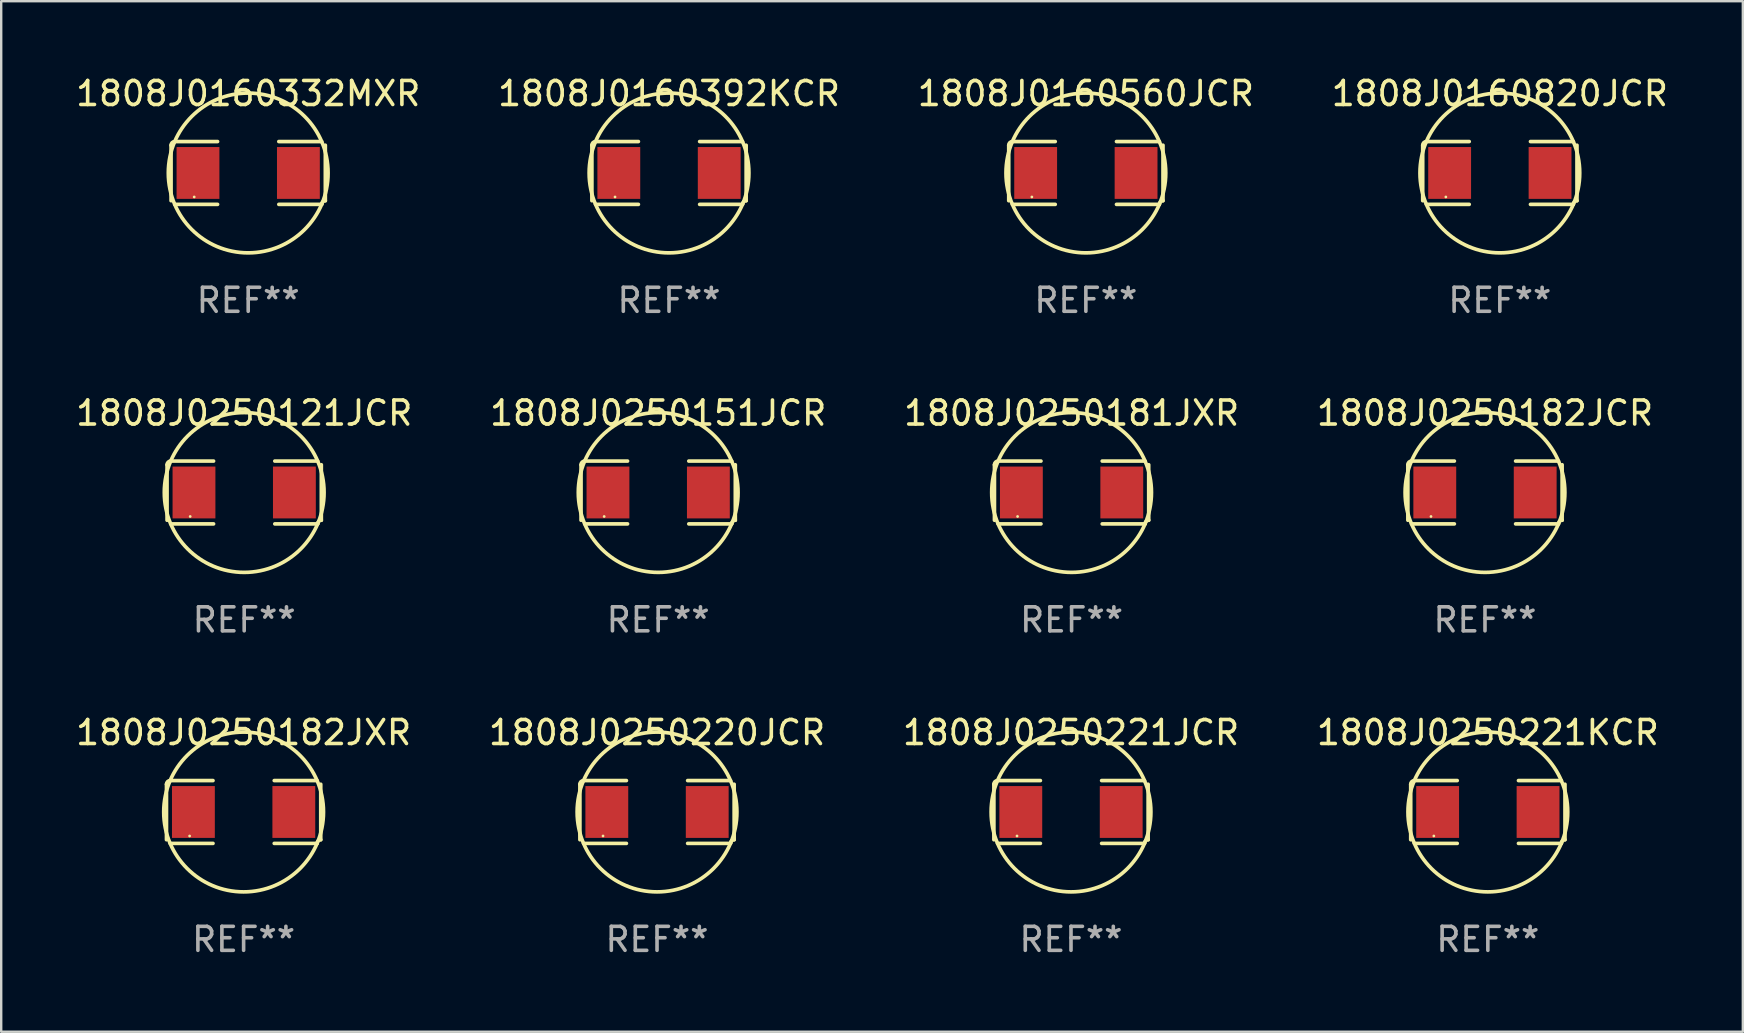
<source format=kicad_pcb>
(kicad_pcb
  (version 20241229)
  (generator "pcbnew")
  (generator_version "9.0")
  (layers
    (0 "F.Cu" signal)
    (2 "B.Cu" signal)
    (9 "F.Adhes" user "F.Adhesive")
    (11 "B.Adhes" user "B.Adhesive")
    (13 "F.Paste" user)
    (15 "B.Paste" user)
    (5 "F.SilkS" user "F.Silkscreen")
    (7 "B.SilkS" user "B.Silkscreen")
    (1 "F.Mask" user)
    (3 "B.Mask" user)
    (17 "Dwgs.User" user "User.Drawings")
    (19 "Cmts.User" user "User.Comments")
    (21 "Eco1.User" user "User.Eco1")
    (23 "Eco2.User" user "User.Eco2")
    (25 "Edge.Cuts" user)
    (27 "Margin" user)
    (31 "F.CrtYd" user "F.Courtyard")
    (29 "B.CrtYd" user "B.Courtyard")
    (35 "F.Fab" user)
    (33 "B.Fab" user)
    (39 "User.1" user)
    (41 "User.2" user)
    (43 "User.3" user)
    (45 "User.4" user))
  (footprint "1808J0250220JCR"
    (layer "F.Cu")
    (at 24.327 30.784)
    (property "Reference" "1808J0250220JCR" (at 0 -3.309 0) (layer "F.SilkS") (effects (font (size 1 1) (thickness 0.15))))
    (attr through_hole)
    (fp_line (start -3.214 -1.156) (end -3.214 1.156) (stroke (width 0.152) (type solid)) (layer "F.SilkS"))
    (fp_line (start -3.061 1.309) (end -1.276 1.309) (stroke (width 0.152) (type solid)) (layer "F.SilkS"))
    (fp_line (start -1.276 -1.309) (end -3.061 -1.309) (stroke (width 0.152) (type solid)) (layer "F.SilkS"))
    (fp_line (start 1.276 -1.309) (end 3.061 -1.309) (stroke (width 0.152) (type solid)) (layer "F.SilkS"))
    (fp_line (start 3.061 1.309) (end 1.276 1.309) (stroke (width 0.152) (type solid)) (layer "F.SilkS"))
    (fp_line (start 3.214 -1.156) (end 3.214 1.156) (stroke (width 0.152) (type solid)) (layer "F.SilkS"))
    (fp_arc (start -3.21359 -1.15621) (mid -3.168953 -1.263974) (end -3.061189 -1.308611) (stroke (width 0.1524) (type solid)) (layer "F.SilkS"))
    (fp_arc (start 3.061188 1.308611) (mid 3.105825 1.200847) (end 3.213589 1.15621) (stroke (width 0.1524) (type solid)) (layer "F.SilkS"))
    (fp_arc (start 3.061189 -1.308611) (mid -3.061167 1.308589) (end 3.061189 -1.308611) (stroke (width 0.1524) (type solid)) (layer "F.SilkS"))
    (fp_circle (center -2.25 1) (end -2.22 1) (stroke (width 0.06) (type solid)) (fill no) (layer "F.SilkS"))
    (fp_text user "REF**" (at 0 5.309 0) (layer "F.Fab") (effects (font (size 1 1) (thickness 0.15))))
    (pad "1" smd rect (at -2.092 0) (size 1.785 2.16) (layers "F.Cu" "F.Mask" "F.Paste"))
    (pad "2" smd rect (at 2.092 0) (size 1.785 2.16) (layers "F.Cu" "F.Mask" "F.Paste")))
  (footprint "1808J0160392KCR"
    (layer "F.Cu")
    (at 24.827 4.157)
    (property "Reference" "1808J0160392KCR" (at 0 -3.309 0) (layer "F.SilkS") (effects (font (size 1 1) (thickness 0.15))))
    (attr through_hole)
    (fp_line (start -3.214 -1.156) (end -3.214 1.156) (stroke (width 0.152) (type solid)) (layer "F.SilkS"))
    (fp_line (start -3.061 1.309) (end -1.276 1.309) (stroke (width 0.152) (type solid)) (layer "F.SilkS"))
    (fp_line (start -1.276 -1.309) (end -3.061 -1.309) (stroke (width 0.152) (type solid)) (layer "F.SilkS"))
    (fp_line (start 1.276 -1.309) (end 3.061 -1.309) (stroke (width 0.152) (type solid)) (layer "F.SilkS"))
    (fp_line (start 3.061 1.309) (end 1.276 1.309) (stroke (width 0.152) (type solid)) (layer "F.SilkS"))
    (fp_line (start 3.214 -1.156) (end 3.214 1.156) (stroke (width 0.152) (type solid)) (layer "F.SilkS"))
    (fp_arc (start -3.21359 -1.15621) (mid -3.168953 -1.263974) (end -3.061189 -1.308611) (stroke (width 0.1524) (type solid)) (layer "F.SilkS"))
    (fp_arc (start 3.061188 1.308611) (mid 3.105825 1.200847) (end 3.213589 1.15621) (stroke (width 0.1524) (type solid)) (layer "F.SilkS"))
    (fp_arc (start 3.061189 -1.308611) (mid -3.061167 1.308589) (end 3.061189 -1.308611) (stroke (width 0.1524) (type solid)) (layer "F.SilkS"))
    (fp_circle (center -2.25 1) (end -2.22 1) (stroke (width 0.06) (type solid)) (fill no) (layer "F.SilkS"))
    (fp_text user "REF**" (at 0 5.309 0) (layer "F.Fab") (effects (font (size 1 1) (thickness 0.15))))
    (pad "1" smd rect (at -2.092 0) (size 1.785 2.16) (layers "F.Cu" "F.Mask" "F.Paste"))
    (pad "2" smd rect (at 2.092 0) (size 1.785 2.16) (layers "F.Cu" "F.Mask" "F.Paste")))
  (footprint "1808J0250151JCR"
    (layer "F.Cu")
    (at 24.375 17.471)
    (property "Reference" "1808J0250151JCR" (at 0 -3.309 0) (layer "F.SilkS") (effects (font (size 1 1) (thickness 0.15))))
    (attr through_hole)
    (fp_line (start -3.214 -1.156) (end -3.214 1.156) (stroke (width 0.152) (type solid)) (layer "F.SilkS"))
    (fp_line (start -3.061 1.309) (end -1.276 1.309) (stroke (width 0.152) (type solid)) (layer "F.SilkS"))
    (fp_line (start -1.276 -1.309) (end -3.061 -1.309) (stroke (width 0.152) (type solid)) (layer "F.SilkS"))
    (fp_line (start 1.276 -1.309) (end 3.061 -1.309) (stroke (width 0.152) (type solid)) (layer "F.SilkS"))
    (fp_line (start 3.061 1.309) (end 1.276 1.309) (stroke (width 0.152) (type solid)) (layer "F.SilkS"))
    (fp_line (start 3.214 -1.156) (end 3.214 1.156) (stroke (width 0.152) (type solid)) (layer "F.SilkS"))
    (fp_arc (start -3.21359 -1.15621) (mid -3.168953 -1.263974) (end -3.061189 -1.308611) (stroke (width 0.1524) (type solid)) (layer "F.SilkS"))
    (fp_arc (start 3.061188 1.308611) (mid 3.105825 1.200847) (end 3.213589 1.15621) (stroke (width 0.1524) (type solid)) (layer "F.SilkS"))
    (fp_arc (start 3.061189 -1.308611) (mid -3.061167 1.308589) (end 3.061189 -1.308611) (stroke (width 0.1524) (type solid)) (layer "F.SilkS"))
    (fp_circle (center -2.25 1) (end -2.22 1) (stroke (width 0.06) (type solid)) (fill no) (layer "F.SilkS"))
    (fp_text user "REF**" (at 0 5.309 0) (layer "F.Fab") (effects (font (size 1 1) (thickness 0.15))))
    (pad "1" smd rect (at -2.092 0) (size 1.785 2.16) (layers "F.Cu" "F.Mask" "F.Paste"))
    (pad "2" smd rect (at 2.092 0) (size 1.785 2.16) (layers "F.Cu" "F.Mask" "F.Paste")))
  (footprint "1808J0250181JXR"
    (layer "F.Cu")
    (at 41.601 17.471)
    (property "Reference" "1808J0250181JXR" (at 0 -3.309 0) (layer "F.SilkS") (effects (font (size 1 1) (thickness 0.15))))
    (attr through_hole)
    (fp_line (start -3.214 -1.156) (end -3.214 1.156) (stroke (width 0.152) (type solid)) (layer "F.SilkS"))
    (fp_line (start -3.061 1.309) (end -1.276 1.309) (stroke (width 0.152) (type solid)) (layer "F.SilkS"))
    (fp_line (start -1.276 -1.309) (end -3.061 -1.309) (stroke (width 0.152) (type solid)) (layer "F.SilkS"))
    (fp_line (start 1.276 -1.309) (end 3.061 -1.309) (stroke (width 0.152) (type solid)) (layer "F.SilkS"))
    (fp_line (start 3.061 1.309) (end 1.276 1.309) (stroke (width 0.152) (type solid)) (layer "F.SilkS"))
    (fp_line (start 3.214 -1.156) (end 3.214 1.156) (stroke (width 0.152) (type solid)) (layer "F.SilkS"))
    (fp_arc (start -3.21359 -1.15621) (mid -3.168953 -1.263974) (end -3.061189 -1.308611) (stroke (width 0.1524) (type solid)) (layer "F.SilkS"))
    (fp_arc (start 3.061188 1.308611) (mid 3.105825 1.200847) (end 3.213589 1.15621) (stroke (width 0.1524) (type solid)) (layer "F.SilkS"))
    (fp_arc (start 3.061189 -1.308611) (mid -3.061167 1.308589) (end 3.061189 -1.308611) (stroke (width 0.1524) (type solid)) (layer "F.SilkS"))
    (fp_circle (center -2.25 1) (end -2.22 1) (stroke (width 0.06) (type solid)) (fill no) (layer "F.SilkS"))
    (fp_text user "REF**" (at 0 5.309 0) (layer "F.Fab") (effects (font (size 1 1) (thickness 0.15))))
    (pad "1" smd rect (at -2.092 0) (size 1.785 2.16) (layers "F.Cu" "F.Mask" "F.Paste"))
    (pad "2" smd rect (at 2.092 0) (size 1.785 2.16) (layers "F.Cu" "F.Mask" "F.Paste")))
  (footprint "1808J0160332MXR"
    (layer "F.Cu")
    (at 7.292 4.157)
    (property "Reference" "1808J0160332MXR" (at 0 -3.309 0) (layer "F.SilkS") (effects (font (size 1 1) (thickness 0.15))))
    (attr through_hole)
    (fp_line (start -3.214 -1.156) (end -3.214 1.156) (stroke (width 0.152) (type solid)) (layer "F.SilkS"))
    (fp_line (start -3.061 1.309) (end -1.276 1.309) (stroke (width 0.152) (type solid)) (layer "F.SilkS"))
    (fp_line (start -1.276 -1.309) (end -3.061 -1.309) (stroke (width 0.152) (type solid)) (layer "F.SilkS"))
    (fp_line (start 1.276 -1.309) (end 3.061 -1.309) (stroke (width 0.152) (type solid)) (layer "F.SilkS"))
    (fp_line (start 3.061 1.309) (end 1.276 1.309) (stroke (width 0.152) (type solid)) (layer "F.SilkS"))
    (fp_line (start 3.214 -1.156) (end 3.214 1.156) (stroke (width 0.152) (type solid)) (layer "F.SilkS"))
    (fp_arc (start -3.21359 -1.15621) (mid -3.168953 -1.263974) (end -3.061189 -1.308611) (stroke (width 0.1524) (type solid)) (layer "F.SilkS"))
    (fp_arc (start 3.061188 1.308611) (mid 3.105825 1.200847) (end 3.213589 1.15621) (stroke (width 0.1524) (type solid)) (layer "F.SilkS"))
    (fp_arc (start 3.061189 -1.308611) (mid -3.061167 1.308589) (end 3.061189 -1.308611) (stroke (width 0.1524) (type solid)) (layer "F.SilkS"))
    (fp_circle (center -2.25 1) (end -2.22 1) (stroke (width 0.06) (type solid)) (fill no) (layer "F.SilkS"))
    (fp_text user "REF**" (at 0 5.309 0) (layer "F.Fab") (effects (font (size 1 1) (thickness 0.15))))
    (pad "1" smd rect (at -2.092 0) (size 1.785 2.16) (layers "F.Cu" "F.Mask" "F.Paste"))
    (pad "2" smd rect (at 2.092 0) (size 1.785 2.16) (layers "F.Cu" "F.Mask" "F.Paste")))
  (footprint "1808J0160560JCR"
    (layer "F.Cu")
    (at 42.196 4.157)
    (property "Reference" "1808J0160560JCR" (at 0 -3.309 0) (layer "F.SilkS") (effects (font (size 1 1) (thickness 0.15))))
    (attr through_hole)
    (fp_line (start -3.214 -1.156) (end -3.214 1.156) (stroke (width 0.152) (type solid)) (layer "F.SilkS"))
    (fp_line (start -3.061 1.309) (end -1.276 1.309) (stroke (width 0.152) (type solid)) (layer "F.SilkS"))
    (fp_line (start -1.276 -1.309) (end -3.061 -1.309) (stroke (width 0.152) (type solid)) (layer "F.SilkS"))
    (fp_line (start 1.276 -1.309) (end 3.061 -1.309) (stroke (width 0.152) (type solid)) (layer "F.SilkS"))
    (fp_line (start 3.061 1.309) (end 1.276 1.309) (stroke (width 0.152) (type solid)) (layer "F.SilkS"))
    (fp_line (start 3.214 -1.156) (end 3.214 1.156) (stroke (width 0.152) (type solid)) (layer "F.SilkS"))
    (fp_arc (start -3.21359 -1.15621) (mid -3.168953 -1.263974) (end -3.061189 -1.308611) (stroke (width 0.1524) (type solid)) (layer "F.SilkS"))
    (fp_arc (start 3.061188 1.308611) (mid 3.105825 1.200847) (end 3.213589 1.15621) (stroke (width 0.1524) (type solid)) (layer "F.SilkS"))
    (fp_arc (start 3.061189 -1.308611) (mid -3.061167 1.308589) (end 3.061189 -1.308611) (stroke (width 0.1524) (type solid)) (layer "F.SilkS"))
    (fp_circle (center -2.25 1) (end -2.22 1) (stroke (width 0.06) (type solid)) (fill no) (layer "F.SilkS"))
    (fp_text user "REF**" (at 0 5.309 0) (layer "F.Fab") (effects (font (size 1 1) (thickness 0.15))))
    (pad "1" smd rect (at -2.092 0) (size 1.785 2.16) (layers "F.Cu" "F.Mask" "F.Paste"))
    (pad "2" smd rect (at 2.092 0) (size 1.785 2.16) (layers "F.Cu" "F.Mask" "F.Paste")))
  (footprint "1808J0250221KCR"
    (layer "F.Cu")
    (at 58.946 30.784)
    (property "Reference" "1808J0250221KCR" (at 0 -3.309 0) (layer "F.SilkS") (effects (font (size 1 1) (thickness 0.15))))
    (attr through_hole)
    (fp_line (start -3.214 -1.156) (end -3.214 1.156) (stroke (width 0.152) (type solid)) (layer "F.SilkS"))
    (fp_line (start -3.061 1.309) (end -1.276 1.309) (stroke (width 0.152) (type solid)) (layer "F.SilkS"))
    (fp_line (start -1.276 -1.309) (end -3.061 -1.309) (stroke (width 0.152) (type solid)) (layer "F.SilkS"))
    (fp_line (start 1.276 -1.309) (end 3.061 -1.309) (stroke (width 0.152) (type solid)) (layer "F.SilkS"))
    (fp_line (start 3.061 1.309) (end 1.276 1.309) (stroke (width 0.152) (type solid)) (layer "F.SilkS"))
    (fp_line (start 3.214 -1.156) (end 3.214 1.156) (stroke (width 0.152) (type solid)) (layer "F.SilkS"))
    (fp_arc (start -3.21359 -1.15621) (mid -3.168953 -1.263974) (end -3.061189 -1.308611) (stroke (width 0.1524) (type solid)) (layer "F.SilkS"))
    (fp_arc (start 3.061188 1.308611) (mid 3.105825 1.200847) (end 3.213589 1.15621) (stroke (width 0.1524) (type solid)) (layer "F.SilkS"))
    (fp_arc (start 3.061189 -1.308611) (mid -3.061167 1.308589) (end 3.061189 -1.308611) (stroke (width 0.1524) (type solid)) (layer "F.SilkS"))
    (fp_circle (center -2.25 1) (end -2.22 1) (stroke (width 0.06) (type solid)) (fill no) (layer "F.SilkS"))
    (fp_text user "REF**" (at 0 5.309 0) (layer "F.Fab") (effects (font (size 1 1) (thickness 0.15))))
    (pad "1" smd rect (at -2.092 0) (size 1.785 2.16) (layers "F.Cu" "F.Mask" "F.Paste"))
    (pad "2" smd rect (at 2.092 0) (size 1.785 2.16) (layers "F.Cu" "F.Mask" "F.Paste")))
  (footprint "1808J0250221JCR"
    (layer "F.Cu")
    (at 41.577 30.784)
    (property "Reference" "1808J0250221JCR" (at 0 -3.309 0) (layer "F.SilkS") (effects (font (size 1 1) (thickness 0.15))))
    (attr through_hole)
    (fp_line (start -3.214 -1.156) (end -3.214 1.156) (stroke (width 0.152) (type solid)) (layer "F.SilkS"))
    (fp_line (start -3.061 1.309) (end -1.276 1.309) (stroke (width 0.152) (type solid)) (layer "F.SilkS"))
    (fp_line (start -1.276 -1.309) (end -3.061 -1.309) (stroke (width 0.152) (type solid)) (layer "F.SilkS"))
    (fp_line (start 1.276 -1.309) (end 3.061 -1.309) (stroke (width 0.152) (type solid)) (layer "F.SilkS"))
    (fp_line (start 3.061 1.309) (end 1.276 1.309) (stroke (width 0.152) (type solid)) (layer "F.SilkS"))
    (fp_line (start 3.214 -1.156) (end 3.214 1.156) (stroke (width 0.152) (type solid)) (layer "F.SilkS"))
    (fp_arc (start -3.21359 -1.15621) (mid -3.168953 -1.263974) (end -3.061189 -1.308611) (stroke (width 0.1524) (type solid)) (layer "F.SilkS"))
    (fp_arc (start 3.061188 1.308611) (mid 3.105825 1.200847) (end 3.213589 1.15621) (stroke (width 0.1524) (type solid)) (layer "F.SilkS"))
    (fp_arc (start 3.061189 -1.308611) (mid -3.061167 1.308589) (end 3.061189 -1.308611) (stroke (width 0.1524) (type solid)) (layer "F.SilkS"))
    (fp_circle (center -2.25 1) (end -2.22 1) (stroke (width 0.06) (type solid)) (fill no) (layer "F.SilkS"))
    (fp_text user "REF**" (at 0 5.309 0) (layer "F.Fab") (effects (font (size 1 1) (thickness 0.15))))
    (pad "1" smd rect (at -2.092 0) (size 1.785 2.16) (layers "F.Cu" "F.Mask" "F.Paste"))
    (pad "2" smd rect (at 2.092 0) (size 1.785 2.16) (layers "F.Cu" "F.Mask" "F.Paste")))
  (footprint "1808J0250182JXR"
    (layer "F.Cu")
    (at 7.101 30.784)
    (property "Reference" "1808J0250182JXR" (at 0 -3.309 0) (layer "F.SilkS") (effects (font (size 1 1) (thickness 0.15))))
    (attr through_hole)
    (fp_line (start -3.214 -1.156) (end -3.214 1.156) (stroke (width 0.152) (type solid)) (layer "F.SilkS"))
    (fp_line (start -3.061 1.309) (end -1.276 1.309) (stroke (width 0.152) (type solid)) (layer "F.SilkS"))
    (fp_line (start -1.276 -1.309) (end -3.061 -1.309) (stroke (width 0.152) (type solid)) (layer "F.SilkS"))
    (fp_line (start 1.276 -1.309) (end 3.061 -1.309) (stroke (width 0.152) (type solid)) (layer "F.SilkS"))
    (fp_line (start 3.061 1.309) (end 1.276 1.309) (stroke (width 0.152) (type solid)) (layer "F.SilkS"))
    (fp_line (start 3.214 -1.156) (end 3.214 1.156) (stroke (width 0.152) (type solid)) (layer "F.SilkS"))
    (fp_arc (start -3.21359 -1.15621) (mid -3.168953 -1.263974) (end -3.061189 -1.308611) (stroke (width 0.1524) (type solid)) (layer "F.SilkS"))
    (fp_arc (start 3.061188 1.308611) (mid 3.105825 1.200847) (end 3.213589 1.15621) (stroke (width 0.1524) (type solid)) (layer "F.SilkS"))
    (fp_arc (start 3.061189 -1.308611) (mid -3.061167 1.308589) (end 3.061189 -1.308611) (stroke (width 0.1524) (type solid)) (layer "F.SilkS"))
    (fp_circle (center -2.25 1) (end -2.22 1) (stroke (width 0.06) (type solid)) (fill no) (layer "F.SilkS"))
    (fp_text user "REF**" (at 0 5.309 0) (layer "F.Fab") (effects (font (size 1 1) (thickness 0.15))))
    (pad "1" smd rect (at -2.092 0) (size 1.785 2.16) (layers "F.Cu" "F.Mask" "F.Paste"))
    (pad "2" smd rect (at 2.092 0) (size 1.785 2.16) (layers "F.Cu" "F.Mask" "F.Paste")))
  (footprint "1808J0160820JCR"
    (layer "F.Cu")
    (at 59.446 4.157)
    (property "Reference" "1808J0160820JCR" (at 0 -3.309 0) (layer "F.SilkS") (effects (font (size 1 1) (thickness 0.15))))
    (attr through_hole)
    (fp_line (start -3.214 -1.156) (end -3.214 1.156) (stroke (width 0.152) (type solid)) (layer "F.SilkS"))
    (fp_line (start -3.061 1.309) (end -1.276 1.309) (stroke (width 0.152) (type solid)) (layer "F.SilkS"))
    (fp_line (start -1.276 -1.309) (end -3.061 -1.309) (stroke (width 0.152) (type solid)) (layer "F.SilkS"))
    (fp_line (start 1.276 -1.309) (end 3.061 -1.309) (stroke (width 0.152) (type solid)) (layer "F.SilkS"))
    (fp_line (start 3.061 1.309) (end 1.276 1.309) (stroke (width 0.152) (type solid)) (layer "F.SilkS"))
    (fp_line (start 3.214 -1.156) (end 3.214 1.156) (stroke (width 0.152) (type solid)) (layer "F.SilkS"))
    (fp_arc (start -3.21359 -1.15621) (mid -3.168953 -1.263974) (end -3.061189 -1.308611) (stroke (width 0.1524) (type solid)) (layer "F.SilkS"))
    (fp_arc (start 3.061188 1.308611) (mid 3.105825 1.200847) (end 3.213589 1.15621) (stroke (width 0.1524) (type solid)) (layer "F.SilkS"))
    (fp_arc (start 3.061189 -1.308611) (mid -3.061167 1.308589) (end 3.061189 -1.308611) (stroke (width 0.1524) (type solid)) (layer "F.SilkS"))
    (fp_circle (center -2.25 1) (end -2.22 1) (stroke (width 0.06) (type solid)) (fill no) (layer "F.SilkS"))
    (fp_text user "REF**" (at 0 5.309 0) (layer "F.Fab") (effects (font (size 1 1) (thickness 0.15))))
    (pad "1" smd rect (at -2.092 0) (size 1.785 2.16) (layers "F.Cu" "F.Mask" "F.Paste"))
    (pad "2" smd rect (at 2.092 0) (size 1.785 2.16) (layers "F.Cu" "F.Mask" "F.Paste")))
  (footprint "1808J0250182JCR"
    (layer "F.Cu")
    (at 58.827 17.471)
    (property "Reference" "1808J0250182JCR" (at 0 -3.309 0) (layer "F.SilkS") (effects (font (size 1 1) (thickness 0.15))))
    (attr through_hole)
    (fp_line (start -3.214 -1.156) (end -3.214 1.156) (stroke (width 0.152) (type solid)) (layer "F.SilkS"))
    (fp_line (start -3.061 1.309) (end -1.276 1.309) (stroke (width 0.152) (type solid)) (layer "F.SilkS"))
    (fp_line (start -1.276 -1.309) (end -3.061 -1.309) (stroke (width 0.152) (type solid)) (layer "F.SilkS"))
    (fp_line (start 1.276 -1.309) (end 3.061 -1.309) (stroke (width 0.152) (type solid)) (layer "F.SilkS"))
    (fp_line (start 3.061 1.309) (end 1.276 1.309) (stroke (width 0.152) (type solid)) (layer "F.SilkS"))
    (fp_line (start 3.214 -1.156) (end 3.214 1.156) (stroke (width 0.152) (type solid)) (layer "F.SilkS"))
    (fp_arc (start -3.21359 -1.15621) (mid -3.168953 -1.263974) (end -3.061189 -1.308611) (stroke (width 0.1524) (type solid)) (layer "F.SilkS"))
    (fp_arc (start 3.061188 1.308611) (mid 3.105825 1.200847) (end 3.213589 1.15621) (stroke (width 0.1524) (type solid)) (layer "F.SilkS"))
    (fp_arc (start 3.061189 -1.308611) (mid -3.061167 1.308589) (end 3.061189 -1.308611) (stroke (width 0.1524) (type solid)) (layer "F.SilkS"))
    (fp_circle (center -2.25 1) (end -2.22 1) (stroke (width 0.06) (type solid)) (fill no) (layer "F.SilkS"))
    (fp_text user "REF**" (at 0 5.309 0) (layer "F.Fab") (effects (font (size 1 1) (thickness 0.15))))
    (pad "1" smd rect (at -2.092 0) (size 1.785 2.16) (layers "F.Cu" "F.Mask" "F.Paste"))
    (pad "2" smd rect (at 2.092 0) (size 1.785 2.16) (layers "F.Cu" "F.Mask" "F.Paste")))
  (footprint "1808J0250121JCR"
    (layer "F.Cu")
    (at 7.125 17.471)
    (property "Reference" "1808J0250121JCR" (at 0 -3.309 0) (layer "F.SilkS") (effects (font (size 1 1) (thickness 0.15))))
    (attr through_hole)
    (fp_line (start -3.214 -1.156) (end -3.214 1.156) (stroke (width 0.152) (type solid)) (layer "F.SilkS"))
    (fp_line (start -3.061 1.309) (end -1.276 1.309) (stroke (width 0.152) (type solid)) (layer "F.SilkS"))
    (fp_line (start -1.276 -1.309) (end -3.061 -1.309) (stroke (width 0.152) (type solid)) (layer "F.SilkS"))
    (fp_line (start 1.276 -1.309) (end 3.061 -1.309) (stroke (width 0.152) (type solid)) (layer "F.SilkS"))
    (fp_line (start 3.061 1.309) (end 1.276 1.309) (stroke (width 0.152) (type solid)) (layer "F.SilkS"))
    (fp_line (start 3.214 -1.156) (end 3.214 1.156) (stroke (width 0.152) (type solid)) (layer "F.SilkS"))
    (fp_arc (start -3.21359 -1.15621) (mid -3.168953 -1.263974) (end -3.061189 -1.308611) (stroke (width 0.1524) (type solid)) (layer "F.SilkS"))
    (fp_arc (start 3.061188 1.308611) (mid 3.105825 1.200847) (end 3.213589 1.15621) (stroke (width 0.1524) (type solid)) (layer "F.SilkS"))
    (fp_arc (start 3.061189 -1.308611) (mid -3.061167 1.308589) (end 3.061189 -1.308611) (stroke (width 0.1524) (type solid)) (layer "F.SilkS"))
    (fp_circle (center -2.25 1) (end -2.22 1) (stroke (width 0.06) (type solid)) (fill no) (layer "F.SilkS"))
    (fp_text user "REF**" (at 0 5.309 0) (layer "F.Fab") (effects (font (size 1 1) (thickness 0.15))))
    (pad "1" smd rect (at -2.092 0) (size 1.785 2.16) (layers "F.Cu" "F.Mask" "F.Paste"))
    (pad "2" smd rect (at 2.092 0) (size 1.785 2.16) (layers "F.Cu" "F.Mask" "F.Paste")))
  (gr_rect
    (start -3 -3)
    (end 69.571 39.941)
    (stroke (width 0.1) (type default))
    (fill no)
    (layer "Edge.Cuts")))
</source>
